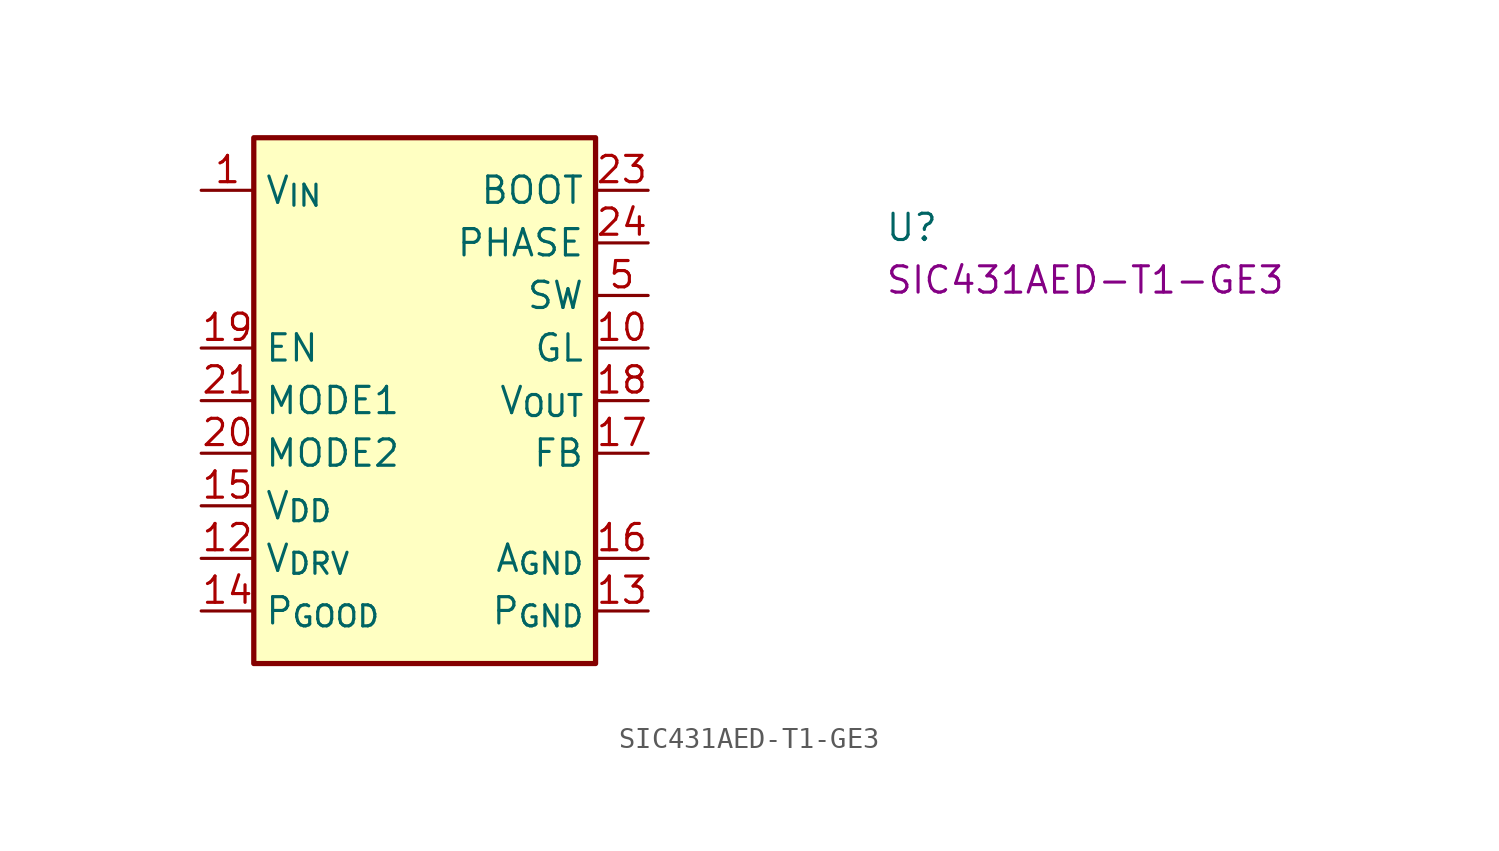
<source format=kicad_sym>
(kicad_symbol_lib
  (version 20220914)
  (generator kicad_symbol_editor)
  (symbol "SIC431AED-T1-GE3"
    (property "Reference" "U"
      (at 33.02 -2.54 0)
      (effects (font (size 1.27 1.27) (thickness 0.15)) (justify left bottom)))
    (property "MPN" "SIC431AED-T1-GE3 "
      (at 33.02 -5.08 0)
      (effects (font (size 1.27 1.27) (thickness 0.15)) (justify left bottom)))
    (symbol "SIC431AED-T1-GE3_1_1"
      (rectangle (start 2.54 2.54) (end 19.05 -22.86) (stroke (width 0.254) (type default)) (fill (type background)))
      (pin power_in line (at 0 0 0) (length 2.54) (name "V_{IN}" (effects (font (size 1.27 1.27)))) (number "1" (effects (font (size 1.27 1.27)))))
      (pin passive line (at 21.59 -7.62 180) (length 2.54) (name "GL" (effects (font (size 1.27 1.27)))) (number "10" (effects (font (size 1.27 1.27)))))
      (pin passive line (at 21.59 -7.62 180) (length 2.54) hide (name "GL" (effects (font (size 1.27 1.27)))) (number "11" (effects (font (size 1.27 1.27)))))
      (pin passive line (at 0 -17.78 0) (length 2.54) (name "V_{DRV}" (effects (font (size 1.27 1.27)))) (number "12" (effects (font (size 1.27 1.27)))))
      (pin power_in line (at 21.59 -20.32 180) (length 2.54) (name "P_{GND}" (effects (font (size 1.27 1.27)))) (number "13" (effects (font (size 1.27 1.27)))))
      (pin output line (at 0 -20.32 0) (length 2.54) (name "P_{GOOD}" (effects (font (size 1.27 1.27)))) (number "14" (effects (font (size 1.27 1.27)))))
      (pin passive line (at 0 -15.24 0) (length 2.54) (name "V_{DD}" (effects (font (size 1.27 1.27)))) (number "15" (effects (font (size 1.27 1.27)))))
      (pin power_in line (at 21.59 -17.78 180) (length 2.54) (name "A_{GND}" (effects (font (size 1.27 1.27)))) (number "16" (effects (font (size 1.27 1.27)))))
      (pin passive line (at 21.59 -12.7 180) (length 2.54) (name "FB" (effects (font (size 1.27 1.27)))) (number "17" (effects (font (size 1.27 1.27)))))
      (pin passive line (at 21.59 -10.16 180) (length 2.54) (name "V_{OUT}" (effects (font (size 1.27 1.27)))) (number "18" (effects (font (size 1.27 1.27)))))
      (pin input line (at 0 -7.62 0) (length 2.54) (name "EN" (effects (font (size 1.27 1.27)))) (number "19" (effects (font (size 1.27 1.27)))))
      (pin passive line (at 0 0 0) (length 2.54) hide (name "V_{IN}" (effects (font (size 1.27 1.27)))) (number "2" (effects (font (size 1.27 1.27)))))
      (pin input line (at 0 -12.7 0) (length 2.54) (name "MODE2" (effects (font (size 1.27 1.27)))) (number "20" (effects (font (size 1.27 1.27)))))
      (pin input line (at 0 -10.16 0) (length 2.54) (name "MODE1" (effects (font (size 1.27 1.27)))) (number "21" (effects (font (size 1.27 1.27)))))
      (pin passive line (at 0 0 0) (length 2.54) hide (name "V_{IN}" (effects (font (size 1.27 1.27)))) (number "22" (effects (font (size 1.27 1.27)))))
      (pin passive line (at 21.59 0 180) (length 2.54) (name "BOOT" (effects (font (size 1.27 1.27)))) (number "23" (effects (font (size 1.27 1.27)))))
      (pin passive line (at 21.59 -2.54 180) (length 2.54) (name "PHASE" (effects (font (size 1.27 1.27)))) (number "24" (effects (font (size 1.27 1.27)))))
      (pin passive line (at 21.59 -17.78 180) (length 2.54) hide (name "A_{GND}" (effects (font (size 1.27 1.27)))) (number "25" (effects (font (size 1.27 1.27)))))
      (pin passive line (at 0 0 0) (length 2.54) hide (name "V_{IN}" (effects (font (size 1.27 1.27)))) (number "26" (effects (font (size 1.27 1.27)))))
      (pin passive line (at 21.59 -20.32 180) (length 2.54) hide (name "P_{GND}" (effects (font (size 1.27 1.27)))) (number "27" (effects (font (size 1.27 1.27)))))
      (pin passive line (at 21.59 -7.62 180) (length 2.54) hide (name "GL" (effects (font (size 1.27 1.27)))) (number "28" (effects (font (size 1.27 1.27)))))
      (pin passive line (at 21.59 -20.32 180) (length 2.54) hide (name "P_{GND}" (effects (font (size 1.27 1.27)))) (number "3" (effects (font (size 1.27 1.27)))))
      (pin passive line (at 21.59 -20.32 180) (length 2.54) hide (name "P_{GND}" (effects (font (size 1.27 1.27)))) (number "4" (effects (font (size 1.27 1.27)))))
      (pin passive line (at 21.59 -5.08 180) (length 2.54) (name "SW" (effects (font (size 1.27 1.27)))) (number "5" (effects (font (size 1.27 1.27)))))
      (pin passive line (at 21.59 -5.08 180) (length 2.54) hide (name "SW" (effects (font (size 1.27 1.27)))) (number "6" (effects (font (size 1.27 1.27)))))
      (pin passive line (at 21.59 -5.08 180) (length 2.54) hide (name "SW" (effects (font (size 1.27 1.27)))) (number "7" (effects (font (size 1.27 1.27)))))
      (pin passive line (at 21.59 -5.08 180) (length 2.54) hide (name "SW" (effects (font (size 1.27 1.27)))) (number "8" (effects (font (size 1.27 1.27)))))
      (pin passive line (at 21.59 -5.08 180) (length 2.54) hide (name "SW" (effects (font (size 1.27 1.27)))) (number "9" (effects (font (size 1.27 1.27))))))))
</source>
